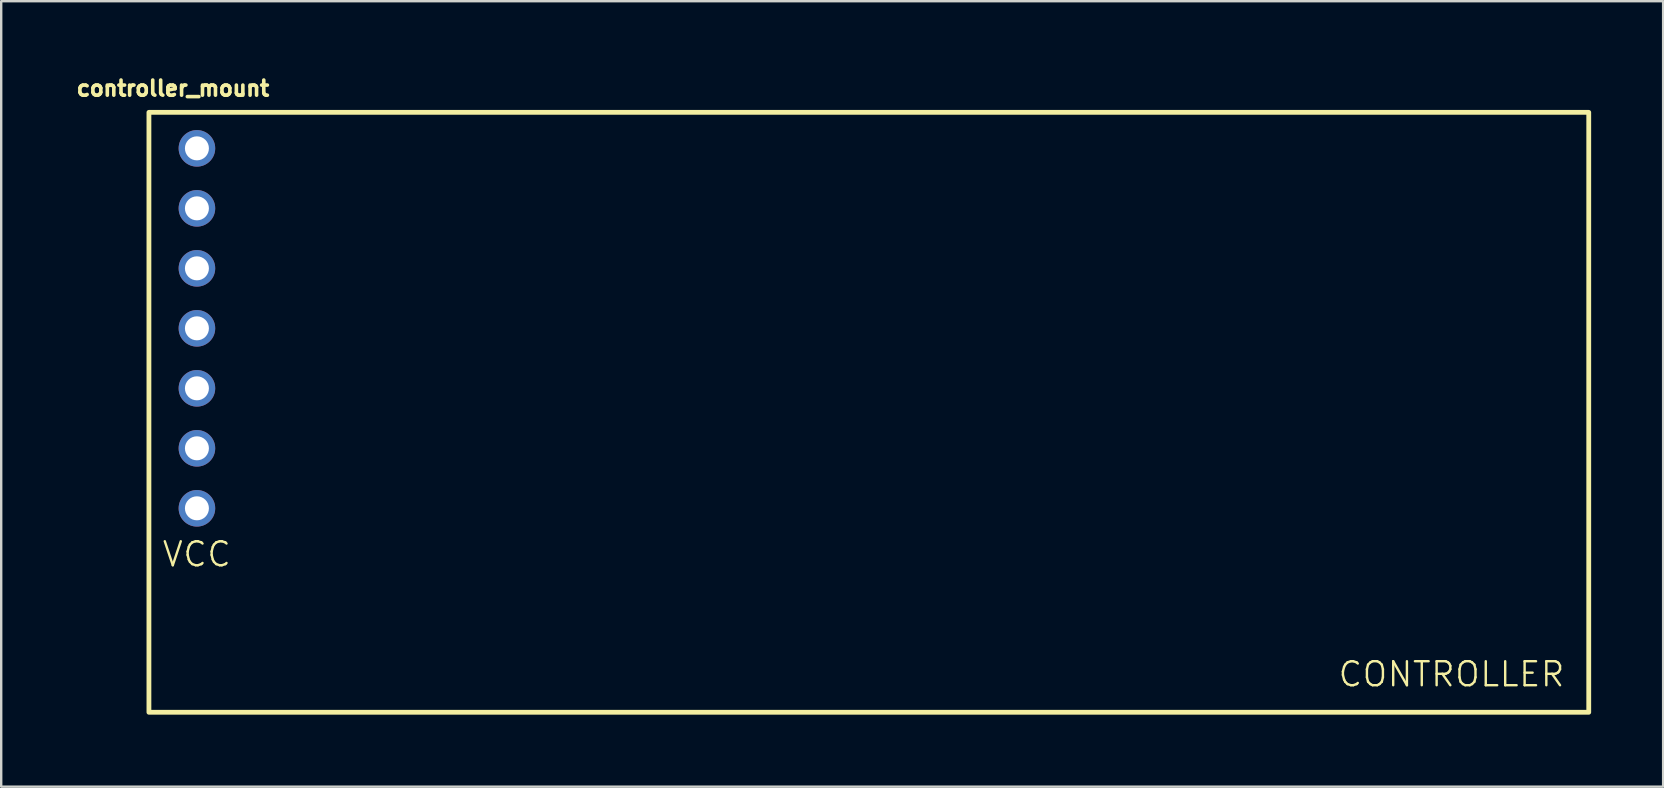
<source format=kicad_pcb>
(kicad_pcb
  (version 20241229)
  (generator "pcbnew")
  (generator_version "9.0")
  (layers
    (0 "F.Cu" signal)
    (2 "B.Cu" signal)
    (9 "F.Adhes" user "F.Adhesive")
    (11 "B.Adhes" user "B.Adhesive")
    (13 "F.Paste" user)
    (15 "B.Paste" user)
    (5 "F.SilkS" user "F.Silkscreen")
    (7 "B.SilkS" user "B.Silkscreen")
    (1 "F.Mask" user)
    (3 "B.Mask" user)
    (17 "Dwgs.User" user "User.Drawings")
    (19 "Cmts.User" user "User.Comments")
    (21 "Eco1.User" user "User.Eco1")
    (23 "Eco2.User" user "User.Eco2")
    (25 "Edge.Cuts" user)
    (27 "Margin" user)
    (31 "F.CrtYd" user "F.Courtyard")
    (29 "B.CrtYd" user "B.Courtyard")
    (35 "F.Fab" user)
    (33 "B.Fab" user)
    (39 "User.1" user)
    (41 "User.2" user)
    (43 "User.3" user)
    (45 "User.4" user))
  (footprint "controller_mount"
    (layer "F.Cu")
    (at 33.156 13.632)
    (property "Reference" "controller_mount" (at -29 -13 0) (layer "F.SilkS") (effects (font (size 0.631 0.631) (thickness 0.15))))
    (attr through_hole)
    (fp_rect (start -30 -12) (end 30 13) (stroke (width 0.2) (type default)) (fill no) (layer "F.SilkS"))
    (fp_text user "CONTROLLER" (at 19.5 12 0) (unlocked yes) (layer "F.SilkS") (effects (font (size 1 1) (thickness 0.1)) (justify left bottom)))
    (fp_text user "VCC" (at -29.5 7 0) (unlocked yes) (layer "F.SilkS") (effects (font (size 1 1) (thickness 0.1)) (justify left bottom)))
    (pad "1" thru_hole circle (at -28 -10.5) (size 1.524 1.524) (drill 1) (layers "*.Cu" "*.Mask"))
    (pad "2" thru_hole circle (at -28 -8) (size 1.524 1.524) (drill 1) (layers "*.Cu" "*.Mask"))
    (pad "3" thru_hole circle (at -28 -5.5) (size 1.524 1.524) (drill 1) (layers "*.Cu" "*.Mask"))
    (pad "4" thru_hole circle (at -28 -3) (size 1.524 1.524) (drill 1) (layers "*.Cu" "*.Mask"))
    (pad "5" thru_hole circle (at -28 -0.5) (size 1.524 1.524) (drill 1) (layers "*.Cu" "*.Mask"))
    (pad "6" thru_hole circle (at -28 2) (size 1.524 1.524) (drill 1) (layers "*.Cu" "*.Mask"))
    (pad "7" thru_hole circle (at -28 4.5) (size 1.524 1.524) (drill 1) (layers "*.Cu" "*.Mask")))
  (gr_rect
    (start -3 -3)
    (end 66.256 29.732)
    (stroke (width 0.1) (type default))
    (fill no)
    (layer "Edge.Cuts")))
</source>
